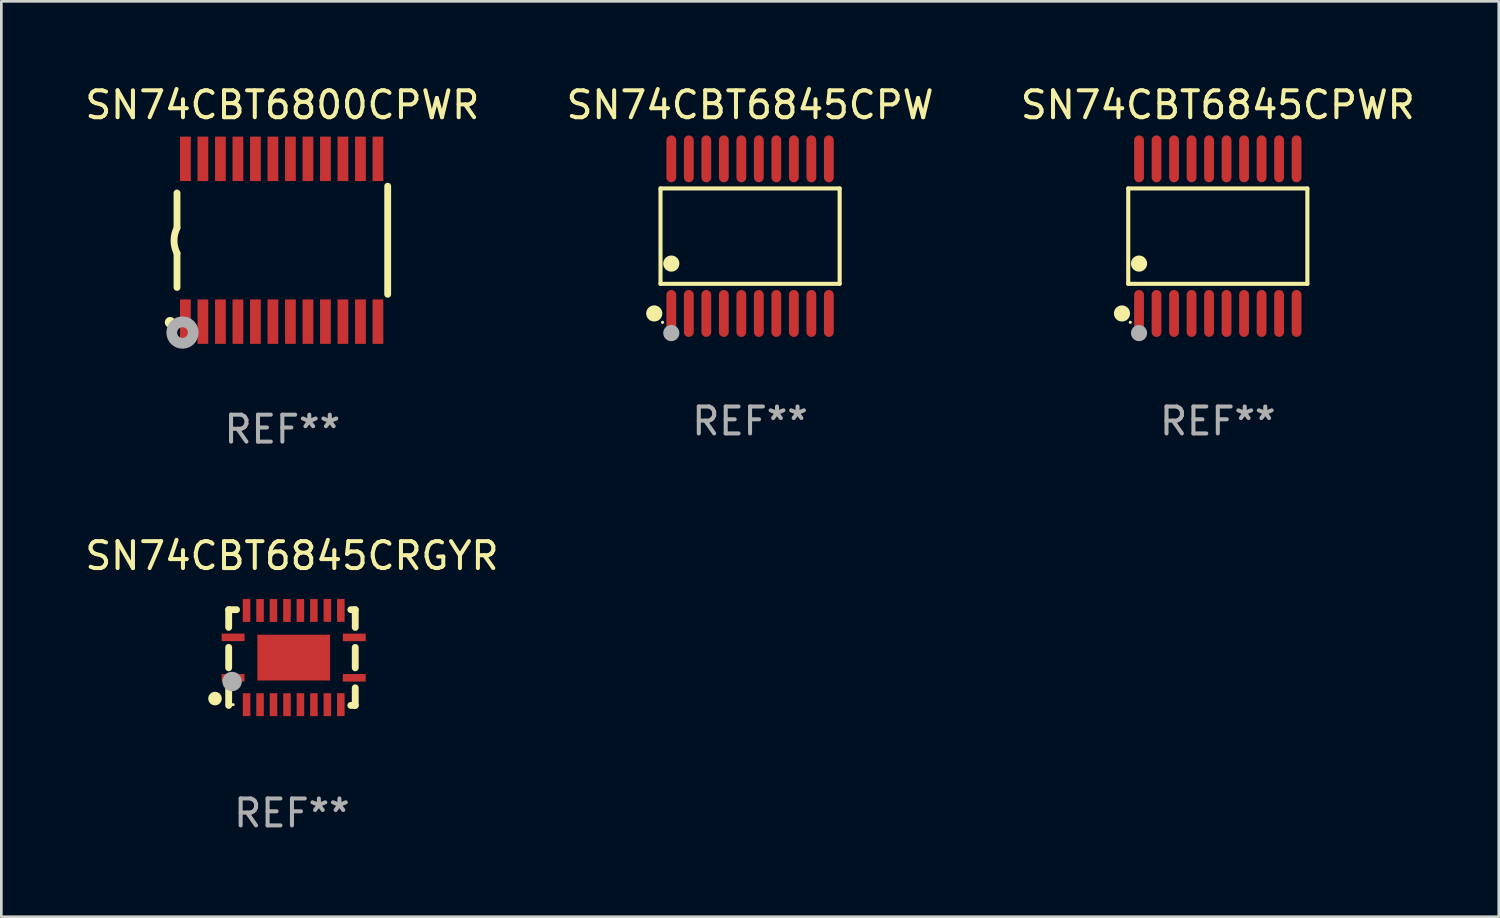
<source format=kicad_pcb>
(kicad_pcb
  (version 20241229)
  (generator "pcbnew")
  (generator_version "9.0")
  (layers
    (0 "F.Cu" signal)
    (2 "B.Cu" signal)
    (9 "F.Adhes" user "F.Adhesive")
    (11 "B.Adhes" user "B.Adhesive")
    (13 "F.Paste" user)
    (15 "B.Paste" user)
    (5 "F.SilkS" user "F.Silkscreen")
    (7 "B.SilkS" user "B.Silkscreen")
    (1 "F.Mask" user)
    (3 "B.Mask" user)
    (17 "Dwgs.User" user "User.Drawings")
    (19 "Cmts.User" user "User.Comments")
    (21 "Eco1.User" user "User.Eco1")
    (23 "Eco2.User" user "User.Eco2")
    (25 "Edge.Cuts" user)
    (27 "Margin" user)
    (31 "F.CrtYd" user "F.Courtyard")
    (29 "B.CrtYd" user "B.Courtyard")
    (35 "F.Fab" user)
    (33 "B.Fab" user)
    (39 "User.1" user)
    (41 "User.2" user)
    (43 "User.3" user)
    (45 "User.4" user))
  (footprint "SN74CBT6845CPWR"
    (layer "F.Cu")
    (at 42.173 5.719)
    (property "Reference" "SN74CBT6845CPWR" (at 0 -4.871 0) (layer "F.SilkS") (effects (font (size 1 1) (thickness 0.15))))
    (attr through_hole)
    (fp_line (start -3.326 -1.771) (end 3.326 -1.771) (stroke (width 0.152) (type solid)) (layer "F.SilkS"))
    (fp_line (start -3.326 1.771) (end -3.326 -1.771) (stroke (width 0.152) (type solid)) (layer "F.SilkS"))
    (fp_line (start 3.326 -1.771) (end 3.326 1.771) (stroke (width 0.152) (type solid)) (layer "F.SilkS"))
    (fp_line (start 3.326 1.771) (end -3.326 1.771) (stroke (width 0.152) (type solid)) (layer "F.SilkS"))
    (fp_circle (center -3.559 2.871) (end -3.409 2.871) (stroke (width 0.3) (type solid)) (fill no) (layer "F.SilkS"))
    (fp_circle (center -3.25 3.2) (end -3.22 3.2) (stroke (width 0.06) (type solid)) (fill no) (layer "F.SilkS"))
    (fp_circle (center -2.925 1.019) (end -2.775 1.019) (stroke (width 0.3) (type solid)) (fill no) (layer "F.SilkS"))
    (fp_circle (center -2.925 3.6) (end -2.775 3.6) (stroke (width 0.3) (type solid)) (fill no) (layer "F.Fab"))
    (fp_text user "REF**" (at 0 6.871 0) (layer "F.Fab") (effects (font (size 1 1) (thickness 0.15))))
    (pad "1" smd oval (at -2.925 2.871) (size 0.364 1.742) (layers "F.Cu" "F.Mask" "F.Paste"))
    (pad "2" smd oval (at -2.275 2.871) (size 0.364 1.742) (layers "F.Cu" "F.Mask" "F.Paste"))
    (pad "3" smd oval (at -1.625 2.871) (size 0.364 1.742) (layers "F.Cu" "F.Mask" "F.Paste"))
    (pad "4" smd oval (at -0.975 2.871) (size 0.364 1.742) (layers "F.Cu" "F.Mask" "F.Paste"))
    (pad "5" smd oval (at -0.325 2.871) (size 0.364 1.742) (layers "F.Cu" "F.Mask" "F.Paste"))
    (pad "6" smd oval (at 0.325 2.871) (size 0.364 1.742) (layers "F.Cu" "F.Mask" "F.Paste"))
    (pad "7" smd oval (at 0.975 2.871) (size 0.364 1.742) (layers "F.Cu" "F.Mask" "F.Paste"))
    (pad "8" smd oval (at 1.625 2.871) (size 0.364 1.742) (layers "F.Cu" "F.Mask" "F.Paste"))
    (pad "9" smd oval (at 2.275 2.871) (size 0.364 1.742) (layers "F.Cu" "F.Mask" "F.Paste"))
    (pad "10" smd oval (at 2.925 2.871) (size 0.364 1.742) (layers "F.Cu" "F.Mask" "F.Paste"))
    (pad "11" smd oval (at 2.925 -2.871) (size 0.364 1.742) (layers "F.Cu" "F.Mask" "F.Paste"))
    (pad "12" smd oval (at 2.275 -2.871) (size 0.364 1.742) (layers "F.Cu" "F.Mask" "F.Paste"))
    (pad "13" smd oval (at 1.625 -2.871) (size 0.364 1.742) (layers "F.Cu" "F.Mask" "F.Paste"))
    (pad "14" smd oval (at 0.975 -2.871) (size 0.364 1.742) (layers "F.Cu" "F.Mask" "F.Paste"))
    (pad "15" smd oval (at 0.325 -2.871) (size 0.364 1.742) (layers "F.Cu" "F.Mask" "F.Paste"))
    (pad "16" smd oval (at -0.325 -2.871) (size 0.364 1.742) (layers "F.Cu" "F.Mask" "F.Paste"))
    (pad "17" smd oval (at -0.975 -2.871) (size 0.364 1.742) (layers "F.Cu" "F.Mask" "F.Paste"))
    (pad "18" smd oval (at -1.625 -2.871) (size 0.364 1.742) (layers "F.Cu" "F.Mask" "F.Paste"))
    (pad "19" smd oval (at -2.275 -2.871) (size 0.364 1.742) (layers "F.Cu" "F.Mask" "F.Paste"))
    (pad "20" smd oval (at -2.925 -2.871) (size 0.364 1.742) (layers "F.Cu" "F.Mask" "F.Paste")))
  (footprint "SN74CBT6800CPWR"
    (layer "F.Cu")
    (at 7.435 5.871)
    (property "Reference" "SN74CBT6800CPWR" (at 0 -5.023 0) (layer "F.SilkS") (effects (font (size 1 1) (thickness 0.15))))
    (attr through_hole)
    (fp_line (start -3.912 -0.483) (end -3.912 -1.753) (stroke (width 0.254) (type solid)) (layer "F.SilkS"))
    (fp_line (start -3.912 1.753) (end -3.912 0.483) (stroke (width 0.254) (type solid)) (layer "F.SilkS"))
    (fp_line (start 3.912 -2.007) (end 3.912 2.007) (stroke (width 0.254) (type solid)) (layer "F.SilkS"))
    (fp_arc (start -3.911608 0.482601) (mid -4.022537 0.0127) (end -3.911608 -0.457201) (stroke (width 0.254001) (type solid)) (layer "F.SilkS"))
    (fp_circle (center -4.166 3.048) (end -4.066 3.048) (stroke (width 0.2) (type solid)) (fill no) (layer "F.SilkS"))
    (fp_circle (center -3.925 3.186) (end -3.895 3.186) (stroke (width 0.06) (type solid)) (fill no) (layer "F.SilkS"))
    (fp_circle (center -3.708 3.429) (end -3.509 3.429) (stroke (width 0.4) (type solid)) (fill no) (layer "F.Fab"))
    (fp_text user "REF**" (at 0 7.023 0) (layer "F.Fab") (effects (font (size 1 1) (thickness 0.15))))
    (pad "1" smd rect (at -3.6 3.023) (size 0.4 1.65) (layers "F.Cu" "F.Mask" "F.Paste"))
    (pad "2" smd rect (at -2.95 3.023) (size 0.4 1.65) (layers "F.Cu" "F.Mask" "F.Paste"))
    (pad "3" smd rect (at -2.3 3.023) (size 0.4 1.65) (layers "F.Cu" "F.Mask" "F.Paste"))
    (pad "4" smd rect (at -1.65 3.023) (size 0.4 1.65) (layers "F.Cu" "F.Mask" "F.Paste"))
    (pad "5" smd rect (at -1 3.023) (size 0.4 1.65) (layers "F.Cu" "F.Mask" "F.Paste"))
    (pad "6" smd rect (at -0.35 3.023) (size 0.4 1.65) (layers "F.Cu" "F.Mask" "F.Paste"))
    (pad "7" smd rect (at 0.299 3.023) (size 0.4 1.65) (layers "F.Cu" "F.Mask" "F.Paste"))
    (pad "8" smd rect (at 0.95 3.023) (size 0.4 1.65) (layers "F.Cu" "F.Mask" "F.Paste"))
    (pad "9" smd rect (at 1.6 3.023) (size 0.4 1.65) (layers "F.Cu" "F.Mask" "F.Paste"))
    (pad "10" smd rect (at 2.25 3.023) (size 0.4 1.65) (layers "F.Cu" "F.Mask" "F.Paste"))
    (pad "11" smd rect (at 2.9 3.023) (size 0.4 1.65) (layers "F.Cu" "F.Mask" "F.Paste"))
    (pad "12" smd rect (at 3.549 3.023) (size 0.4 1.65) (layers "F.Cu" "F.Mask" "F.Paste"))
    (pad "13" smd rect (at 3.549 -3.023) (size 0.4 1.65) (layers "F.Cu" "F.Mask" "F.Paste"))
    (pad "14" smd rect (at 2.9 -3.023) (size 0.4 1.65) (layers "F.Cu" "F.Mask" "F.Paste"))
    (pad "15" smd rect (at 2.25 -3.023) (size 0.4 1.65) (layers "F.Cu" "F.Mask" "F.Paste"))
    (pad "16" smd rect (at 1.6 -3.023) (size 0.4 1.65) (layers "F.Cu" "F.Mask" "F.Paste"))
    (pad "17" smd rect (at 0.95 -3.023) (size 0.4 1.65) (layers "F.Cu" "F.Mask" "F.Paste"))
    (pad "18" smd rect (at 0.299 -3.023) (size 0.4 1.65) (layers "F.Cu" "F.Mask" "F.Paste"))
    (pad "19" smd rect (at -0.35 -3.023) (size 0.4 1.65) (layers "F.Cu" "F.Mask" "F.Paste"))
    (pad "20" smd rect (at -1 -3.023) (size 0.4 1.65) (layers "F.Cu" "F.Mask" "F.Paste"))
    (pad "21" smd rect (at -1.65 -3.023) (size 0.4 1.65) (layers "F.Cu" "F.Mask" "F.Paste"))
    (pad "22" smd rect (at -2.3 -3.023) (size 0.4 1.65) (layers "F.Cu" "F.Mask" "F.Paste"))
    (pad "23" smd rect (at -2.95 -3.023) (size 0.4 1.65) (layers "F.Cu" "F.Mask" "F.Paste"))
    (pad "24" smd rect (at -3.6 -3.023) (size 0.4 1.65) (layers "F.Cu" "F.Mask" "F.Paste")))
  (footprint "SN74CBT6845CRGYR"
    (layer "F.Cu")
    (at 7.792 21.368)
    (property "Reference" "SN74CBT6845CRGYR" (at 0 -3.778 0) (layer "F.SilkS") (effects (font (size 1 1) (thickness 0.15))))
    (attr through_hole)
    (fp_line (start -2.35 -1.778) (end -2.35 -1.121) (stroke (width 0.254) (type solid)) (layer "F.SilkS"))
    (fp_line (start -2.35 -1.778) (end -2.058 -1.778) (stroke (width 0.254) (type solid)) (layer "F.SilkS"))
    (fp_line (start -2.35 -0.379) (end -2.35 0.381) (stroke (width 0.254) (type solid)) (layer "F.SilkS"))
    (fp_line (start -2.35 1.123) (end -2.35 1.778) (stroke (width 0.254) (type solid)) (layer "F.SilkS"))
    (fp_line (start 2.186 -1.778) (end 2.35 -1.778) (stroke (width 0.254) (type solid)) (layer "F.SilkS"))
    (fp_line (start 2.35 -1.778) (end 2.35 -1.119) (stroke (width 0.254) (type solid)) (layer "F.SilkS"))
    (fp_line (start 2.35 -0.377) (end 2.35 0.381) (stroke (width 0.254) (type solid)) (layer "F.SilkS"))
    (fp_line (start 2.35 1.123) (end 2.35 1.778) (stroke (width 0.254) (type solid)) (layer "F.SilkS"))
    (fp_line (start 2.35 1.778) (end 2.186 1.778) (stroke (width 0.254) (type solid)) (layer "F.SilkS"))
    (fp_circle (center -2.858 1.524) (end -2.731 1.524) (stroke (width 0.254) (type solid)) (fill no) (layer "F.SilkS"))
    (fp_circle (center -2.187 1.75) (end -2.157 1.75) (stroke (width 0.06) (type solid)) (fill no) (layer "F.SilkS"))
    (fp_circle (center -2.223 0.889) (end -2.043 0.889) (stroke (width 0.36) (type solid)) (fill no) (layer "F.Fab"))
    (fp_text user "REF**" (at 0 5.778 0) (layer "F.Fab") (effects (font (size 1 1) (thickness 0.15))))
    (pad "1" smd rect (at -2.186 0.752) (size 0.85 0.28) (layers "F.Cu" "F.Mask" "F.Paste"))
    (pad "2" smd rect (at -1.685 1.75) (size 0.28 0.85) (layers "F.Cu" "F.Mask" "F.Paste"))
    (pad "3" smd rect (at -1.185 1.75) (size 0.28 0.85) (layers "F.Cu" "F.Mask" "F.Paste"))
    (pad "4" smd rect (at -0.685 1.75) (size 0.28 0.85) (layers "F.Cu" "F.Mask" "F.Paste"))
    (pad "5" smd rect (at -0.185 1.75) (size 0.28 0.85) (layers "F.Cu" "F.Mask" "F.Paste"))
    (pad "6" smd rect (at 0.315 1.75) (size 0.28 0.85) (layers "F.Cu" "F.Mask" "F.Paste"))
    (pad "7" smd rect (at 0.815 1.75) (size 0.28 0.85) (layers "F.Cu" "F.Mask" "F.Paste"))
    (pad "8" smd rect (at 1.315 1.75) (size 0.28 0.85) (layers "F.Cu" "F.Mask" "F.Paste"))
    (pad "9" smd rect (at 1.815 1.75) (size 0.28 0.85) (layers "F.Cu" "F.Mask" "F.Paste"))
    (pad "10" smd rect (at 2.313 0.752) (size 0.85 0.28) (layers "F.Cu" "F.Mask" "F.Paste"))
    (pad "11" smd rect (at 2.313 -0.748) (size 0.85 0.28) (layers "F.Cu" "F.Mask" "F.Paste"))
    (pad "12" smd rect (at 1.815 -1.75) (size 0.28 0.85) (layers "F.Cu" "F.Mask" "F.Paste"))
    (pad "13" smd rect (at 1.315 -1.75) (size 0.28 0.85) (layers "F.Cu" "F.Mask" "F.Paste"))
    (pad "14" smd rect (at 0.814 -1.748) (size 0.28 0.85) (layers "F.Cu" "F.Mask" "F.Paste"))
    (pad "15" smd rect (at 0.313 -1.748) (size 0.28 0.85) (layers "F.Cu" "F.Mask" "F.Paste"))
    (pad "16" smd rect (at -0.186 -1.748) (size 0.28 0.85) (layers "F.Cu" "F.Mask" "F.Paste"))
    (pad "17" smd rect (at -0.687 -1.748) (size 0.28 0.85) (layers "F.Cu" "F.Mask" "F.Paste"))
    (pad "18" smd rect (at -1.186 -1.748) (size 0.28 0.85) (layers "F.Cu" "F.Mask" "F.Paste"))
    (pad "19" smd rect (at -1.687 -1.748) (size 0.28 0.85) (layers "F.Cu" "F.Mask" "F.Paste"))
    (pad "20" smd rect (at -2.186 -0.75) (size 0.85 0.28) (layers "F.Cu" "F.Mask" "F.Paste"))
    (pad "21" smd rect (at 0.064 0.002 90) (size 1.7 2.7) (layers "F.Cu" "F.Mask" "F.Paste")))
  (footprint "SN74CBT6845CPW"
    (layer "F.Cu")
    (at 24.804 5.719)
    (property "Reference" "SN74CBT6845CPW" (at 0 -4.871 0) (layer "F.SilkS") (effects (font (size 1 1) (thickness 0.15))))
    (attr through_hole)
    (fp_line (start -3.326 -1.771) (end 3.326 -1.771) (stroke (width 0.152) (type solid)) (layer "F.SilkS"))
    (fp_line (start -3.326 1.771) (end -3.326 -1.771) (stroke (width 0.152) (type solid)) (layer "F.SilkS"))
    (fp_line (start 3.326 -1.771) (end 3.326 1.771) (stroke (width 0.152) (type solid)) (layer "F.SilkS"))
    (fp_line (start 3.326 1.771) (end -3.326 1.771) (stroke (width 0.152) (type solid)) (layer "F.SilkS"))
    (fp_circle (center -3.559 2.871) (end -3.409 2.871) (stroke (width 0.3) (type solid)) (fill no) (layer "F.SilkS"))
    (fp_circle (center -3.25 3.2) (end -3.22 3.2) (stroke (width 0.06) (type solid)) (fill no) (layer "F.SilkS"))
    (fp_circle (center -2.925 1.019) (end -2.775 1.019) (stroke (width 0.3) (type solid)) (fill no) (layer "F.SilkS"))
    (fp_circle (center -2.925 3.6) (end -2.775 3.6) (stroke (width 0.3) (type solid)) (fill no) (layer "F.Fab"))
    (fp_text user "REF**" (at 0 6.871 0) (layer "F.Fab") (effects (font (size 1 1) (thickness 0.15))))
    (pad "1" smd oval (at -2.925 2.871) (size 0.364 1.742) (layers "F.Cu" "F.Mask" "F.Paste"))
    (pad "2" smd oval (at -2.275 2.871) (size 0.364 1.742) (layers "F.Cu" "F.Mask" "F.Paste"))
    (pad "3" smd oval (at -1.625 2.871) (size 0.364 1.742) (layers "F.Cu" "F.Mask" "F.Paste"))
    (pad "4" smd oval (at -0.975 2.871) (size 0.364 1.742) (layers "F.Cu" "F.Mask" "F.Paste"))
    (pad "5" smd oval (at -0.325 2.871) (size 0.364 1.742) (layers "F.Cu" "F.Mask" "F.Paste"))
    (pad "6" smd oval (at 0.325 2.871) (size 0.364 1.742) (layers "F.Cu" "F.Mask" "F.Paste"))
    (pad "7" smd oval (at 0.975 2.871) (size 0.364 1.742) (layers "F.Cu" "F.Mask" "F.Paste"))
    (pad "8" smd oval (at 1.625 2.871) (size 0.364 1.742) (layers "F.Cu" "F.Mask" "F.Paste"))
    (pad "9" smd oval (at 2.275 2.871) (size 0.364 1.742) (layers "F.Cu" "F.Mask" "F.Paste"))
    (pad "10" smd oval (at 2.925 2.871) (size 0.364 1.742) (layers "F.Cu" "F.Mask" "F.Paste"))
    (pad "11" smd oval (at 2.925 -2.871) (size 0.364 1.742) (layers "F.Cu" "F.Mask" "F.Paste"))
    (pad "12" smd oval (at 2.275 -2.871) (size 0.364 1.742) (layers "F.Cu" "F.Mask" "F.Paste"))
    (pad "13" smd oval (at 1.625 -2.871) (size 0.364 1.742) (layers "F.Cu" "F.Mask" "F.Paste"))
    (pad "14" smd oval (at 0.975 -2.871) (size 0.364 1.742) (layers "F.Cu" "F.Mask" "F.Paste"))
    (pad "15" smd oval (at 0.325 -2.871) (size 0.364 1.742) (layers "F.Cu" "F.Mask" "F.Paste"))
    (pad "16" smd oval (at -0.325 -2.871) (size 0.364 1.742) (layers "F.Cu" "F.Mask" "F.Paste"))
    (pad "17" smd oval (at -0.975 -2.871) (size 0.364 1.742) (layers "F.Cu" "F.Mask" "F.Paste"))
    (pad "18" smd oval (at -1.625 -2.871) (size 0.364 1.742) (layers "F.Cu" "F.Mask" "F.Paste"))
    (pad "19" smd oval (at -2.275 -2.871) (size 0.364 1.742) (layers "F.Cu" "F.Mask" "F.Paste"))
    (pad "20" smd oval (at -2.925 -2.871) (size 0.364 1.742) (layers "F.Cu" "F.Mask" "F.Paste")))
  (gr_rect
    (start -3 -3)
    (end 52.607 30.994)
    (stroke (width 0.1) (type default))
    (fill no)
    (layer "Edge.Cuts")))
</source>
